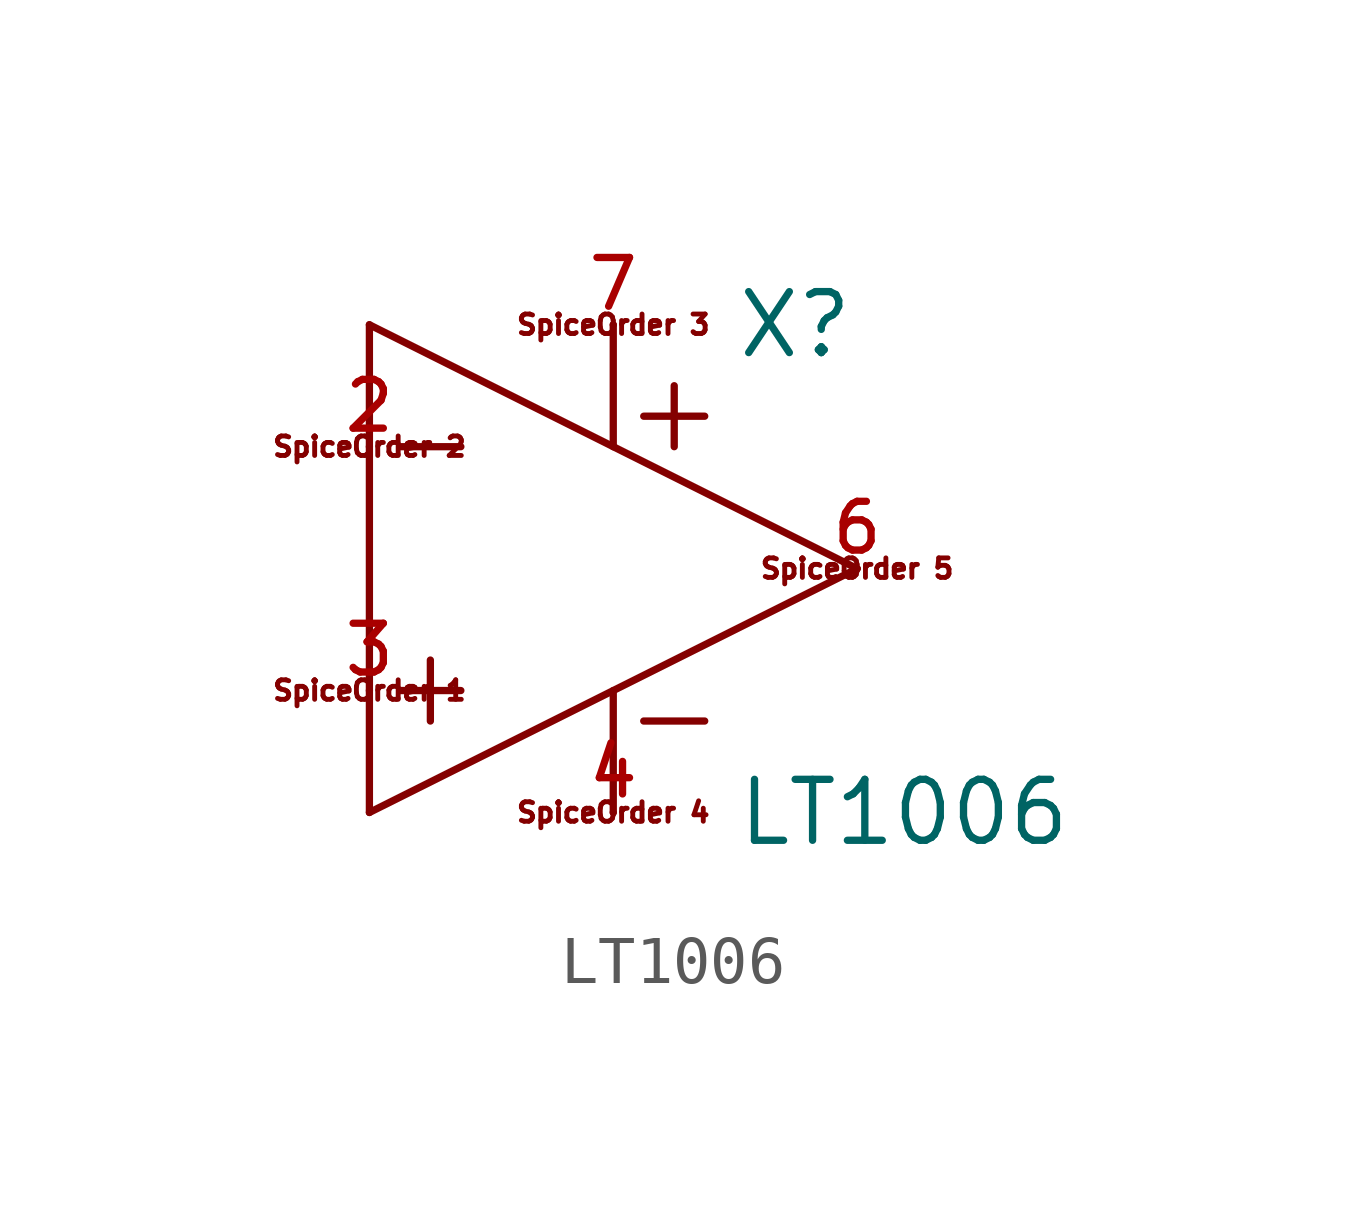
<source format=kicad_sym>
(kicad_symbol_lib
  (version 20211014)
  (generator kicad_symbol_editor)
  (symbol "LT1006"
    (pin_names
      (offset 1.016))
    (property "Reference" "X"
      (at 2.54 -5.08 0)
      (effects (font (size 1.27 1.27)) (justify left)))
    (property "Value" "LT1006"
      (at 2.54 -15.24 0)
      (effects (font (size 1.27 1.27)) (justify left)))
    (symbol "LT1006_0_0"
      (polyline (pts (xy -5.08 -5.08) (xy 5.08 -10.16)) (stroke (width 0.152)))
      (polyline (pts (xy -5.08 -15.24) (xy 5.08 -10.16)) (stroke (width 0.152)))
      (polyline (pts (xy -5.08 -5.08) (xy -5.08 -15.24)) (stroke (width 0.152)))
      (polyline (pts (xy -4.445 -7.62) (xy -3.175 -7.62)) (stroke (width 0.152)))
      (polyline (pts (xy -4.445 -12.7) (xy -3.175 -12.7)) (stroke (width 0.152)))
      (polyline (pts (xy -3.81 -13.335) (xy -3.81 -12.065)) (stroke (width 0.152)))
      (polyline (pts (xy 0.0 -5.08) (xy 0.0 -7.62)) (stroke (width 0.152)))
      (polyline (pts (xy 0.0 -15.24) (xy 0.0 -12.7)) (stroke (width 0.152)))
      (polyline (pts (xy 0.635 -6.985) (xy 1.905 -6.985)) (stroke (width 0.152)))
      (polyline (pts (xy 1.27 -6.35) (xy 1.27 -7.62)) (stroke (width 0.152)))
      (polyline (pts (xy 0.635 -13.335) (xy 1.905 -13.335)) (stroke (width 0.152)))
      (text "SpiceOrder 1" (at -5.08 -12.7 0) (effects (font (size 0.406 0.406))))
      (text "SpiceOrder 2" (at -5.08 -7.62 0) (effects (font (size 0.406 0.406))))
      (text "SpiceOrder 3" (at 0.0 -5.08 0) (effects (font (size 0.406 0.406))))
      (text "SpiceOrder 4" (at 0.0 -15.24 0) (effects (font (size 0.406 0.406))))
      (text "SpiceOrder 5" (at 5.08 -10.16 0) (effects (font (size 0.406 0.406))))
      (pin passive line (at -5.08 -12.7 0) (length 0) (name "~" (effects (font (size 1.016 1.016)))) (number "3" (effects (font (size 1.016 1.016)))))
      (pin passive line (at -5.08 -7.62 0) (length 0) (name "~" (effects (font (size 1.016 1.016)))) (number "2" (effects (font (size 1.016 1.016)))))
      (pin passive line (at 0.0 -5.08 0) (length 0) (name "~" (effects (font (size 1.016 1.016)))) (number "7" (effects (font (size 1.016 1.016)))))
      (pin passive line (at 0.0 -15.24 0) (length 0) (name "~" (effects (font (size 1.016 1.016)))) (number "4" (effects (font (size 1.016 1.016)))))
      (pin passive line (at 5.08 -10.16 0) (length 0) (name "~" (effects (font (size 1.016 1.016)))) (number "6" (effects (font (size 1.016 1.016))))))))
</source>
